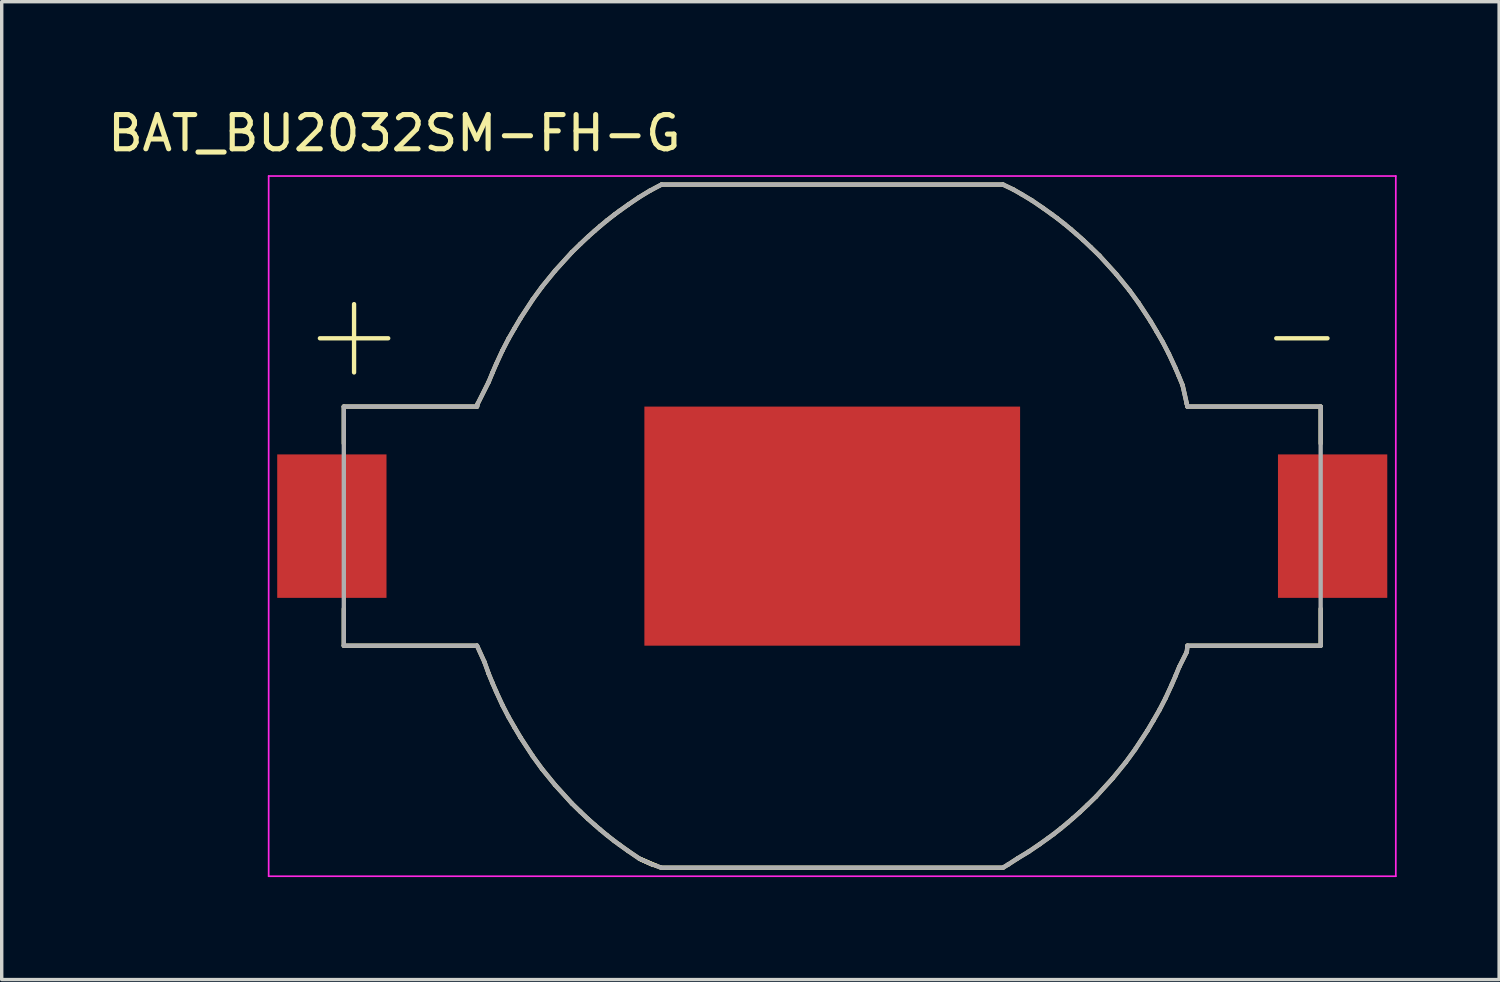
<source format=kicad_pcb>
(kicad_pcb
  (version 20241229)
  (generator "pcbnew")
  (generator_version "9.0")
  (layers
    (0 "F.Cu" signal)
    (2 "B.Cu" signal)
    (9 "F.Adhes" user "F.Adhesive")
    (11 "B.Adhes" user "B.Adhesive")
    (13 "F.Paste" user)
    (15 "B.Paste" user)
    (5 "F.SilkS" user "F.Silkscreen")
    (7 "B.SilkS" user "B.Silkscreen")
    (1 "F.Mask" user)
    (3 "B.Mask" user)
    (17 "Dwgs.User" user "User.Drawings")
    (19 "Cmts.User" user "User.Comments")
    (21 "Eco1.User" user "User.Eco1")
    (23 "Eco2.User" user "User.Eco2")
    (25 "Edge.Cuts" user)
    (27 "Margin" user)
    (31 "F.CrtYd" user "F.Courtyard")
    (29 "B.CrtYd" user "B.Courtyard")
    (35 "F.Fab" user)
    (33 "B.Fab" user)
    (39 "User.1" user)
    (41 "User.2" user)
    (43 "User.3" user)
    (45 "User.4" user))
  (footprint "BAT_BU2032SM-FH-G"
    (layer "F.Cu")
    (at 21.316 12.354)
    (property "Reference" "BAT_BU2032SM-FH-G" (at -12.819 -11.504 0) (layer "F.SilkS") (effects (font (size 1.002 1.002) (thickness 0.15))))
    (attr smd)
    (fp_poly (pts (xy -5.5 -3.5) (xy 5.5 -3.5) (xy 5.5 3.5) (xy -5.5 3.5)) (stroke (width 0.0001) (type solid)) (fill yes) (layer "F.Cu"))
    (fp_poly (pts (xy -5.6 -3.6) (xy 5.6 -3.6) (xy 5.6 3.6) (xy -5.6 3.6)) (stroke (width 0.0001) (type solid)) (fill yes) (layer "F.Mask"))
    (fp_line (start -15 -5.5) (end -13 -5.5) (stroke (width 0.127) (type solid)) (layer "F.SilkS"))
    (fp_line (start -14.3 -3.5) (end -10.4 -3.5) (stroke (width 0.127) (type solid)) (layer "F.SilkS"))
    (fp_line (start -14.3 -2.42) (end -14.3 -3.5) (stroke (width 0.127) (type solid)) (layer "F.SilkS"))
    (fp_line (start -14.3 2.42) (end -14.3 3.5) (stroke (width 0.127) (type solid)) (layer "F.SilkS"))
    (fp_line (start -14.3 3.5) (end -10.4 3.5) (stroke (width 0.127) (type solid)) (layer "F.SilkS"))
    (fp_line (start -14 -6.5) (end -14 -4.5) (stroke (width 0.127) (type solid)) (layer "F.SilkS"))
    (fp_line (start -10.4 -3.5) (end -10.381 -3.581) (stroke (width 0.127) (type solid)) (layer "F.SilkS"))
    (fp_line (start -10.4 3.5) (end -10.181 3.981) (stroke (width 0.127) (type solid)) (layer "F.SilkS"))
    (fp_line (start -10.381 -3.581) (end -10.058 -4.224) (stroke (width 0.127) (type solid)) (layer "F.SilkS"))
    (fp_line (start -10.181 3.981) (end -10.058 4.324) (stroke (width 0.127) (type solid)) (layer "F.SilkS"))
    (fp_line (start -10.058 -4.224) (end -9.95 -4.487) (stroke (width 0.127) (type solid)) (layer "F.SilkS"))
    (fp_line (start -10.058 4.324) (end -9.95 4.587) (stroke (width 0.127) (type solid)) (layer "F.SilkS"))
    (fp_line (start -9.95 -4.487) (end -9.842 -4.738) (stroke (width 0.127) (type solid)) (layer "F.SilkS"))
    (fp_line (start -9.95 4.587) (end -9.842 4.838) (stroke (width 0.127) (type solid)) (layer "F.SilkS"))
    (fp_line (start -9.842 -4.738) (end -9.658 -5.137) (stroke (width 0.127) (type solid)) (layer "F.SilkS"))
    (fp_line (start -9.842 4.838) (end -9.658 5.237) (stroke (width 0.127) (type solid)) (layer "F.SilkS"))
    (fp_line (start -9.658 -5.137) (end -9.48 -5.482) (stroke (width 0.127) (type solid)) (layer "F.SilkS"))
    (fp_line (start -9.658 5.237) (end -9.48 5.582) (stroke (width 0.127) (type solid)) (layer "F.SilkS"))
    (fp_line (start -9.48 -5.482) (end -9.3 -5.794) (stroke (width 0.127) (type solid)) (layer "F.SilkS"))
    (fp_line (start -9.48 5.582) (end -9.3 5.894) (stroke (width 0.127) (type solid)) (layer "F.SilkS"))
    (fp_line (start -9.3 -5.794) (end -9.124 -6.092) (stroke (width 0.127) (type solid)) (layer "F.SilkS"))
    (fp_line (start -9.3 5.894) (end -9.124 6.192) (stroke (width 0.127) (type solid)) (layer "F.SilkS"))
    (fp_line (start -9.124 -6.092) (end -8.768 -6.636) (stroke (width 0.127) (type solid)) (layer "F.SilkS"))
    (fp_line (start -9.124 6.192) (end -8.768 6.736) (stroke (width 0.127) (type solid)) (layer "F.SilkS"))
    (fp_line (start -8.768 -6.636) (end -8.497 -7.009) (stroke (width 0.127) (type solid)) (layer "F.SilkS"))
    (fp_line (start -8.768 6.736) (end -8.497 7.109) (stroke (width 0.127) (type solid)) (layer "F.SilkS"))
    (fp_line (start -8.497 -7.009) (end -8.116 -7.477) (stroke (width 0.127) (type solid)) (layer "F.SilkS"))
    (fp_line (start -8.497 7.109) (end -8.116 7.577) (stroke (width 0.127) (type solid)) (layer "F.SilkS"))
    (fp_line (start -8.116 -7.477) (end -7.622 -8.02) (stroke (width 0.127) (type solid)) (layer "F.SilkS"))
    (fp_line (start -8.116 7.577) (end -7.622 8.12) (stroke (width 0.127) (type solid)) (layer "F.SilkS"))
    (fp_line (start -7.622 -8.02) (end -7.374 -8.261) (stroke (width 0.127) (type solid)) (layer "F.SilkS"))
    (fp_line (start -7.622 8.12) (end -7.374 8.361) (stroke (width 0.127) (type solid)) (layer "F.SilkS"))
    (fp_line (start -7.374 -8.261) (end -7.15 -8.473) (stroke (width 0.127) (type solid)) (layer "F.SilkS"))
    (fp_line (start -7.374 8.361) (end -7.15 8.573) (stroke (width 0.127) (type solid)) (layer "F.SilkS"))
    (fp_line (start -7.15 -8.473) (end -6.954 -8.647) (stroke (width 0.127) (type solid)) (layer "F.SilkS"))
    (fp_line (start -7.15 8.573) (end -6.954 8.747) (stroke (width 0.127) (type solid)) (layer "F.SilkS"))
    (fp_line (start -6.954 -8.647) (end -6.793 -8.786) (stroke (width 0.127) (type solid)) (layer "F.SilkS"))
    (fp_line (start -6.954 8.747) (end -6.793 8.886) (stroke (width 0.127) (type solid)) (layer "F.SilkS"))
    (fp_line (start -6.793 -8.786) (end -6.6 -8.946) (stroke (width 0.127) (type solid)) (layer "F.SilkS"))
    (fp_line (start -6.793 8.886) (end -6.6 9.046) (stroke (width 0.127) (type solid)) (layer "F.SilkS"))
    (fp_line (start -6.6 -8.946) (end -6.379 -9.119) (stroke (width 0.127) (type solid)) (layer "F.SilkS"))
    (fp_line (start -6.6 9.046) (end -6.379 9.219) (stroke (width 0.127) (type solid)) (layer "F.SilkS"))
    (fp_line (start -6.379 -9.119) (end -6.228 -9.23) (stroke (width 0.127) (type solid)) (layer "F.SilkS"))
    (fp_line (start -6.379 9.219) (end -6.228 9.33) (stroke (width 0.127) (type solid)) (layer "F.SilkS"))
    (fp_line (start -6.228 -9.23) (end -5.975 -9.411) (stroke (width 0.127) (type solid)) (layer "F.SilkS"))
    (fp_line (start -6.228 9.33) (end -5.975 9.511) (stroke (width 0.127) (type solid)) (layer "F.SilkS"))
    (fp_line (start -5.975 -9.411) (end -5.649 -9.633) (stroke (width 0.127) (type solid)) (layer "F.SilkS"))
    (fp_line (start -5.975 9.511) (end -5.649 9.733) (stroke (width 0.127) (type solid)) (layer "F.SilkS"))
    (fp_line (start -5.649 -9.633) (end -5.341 -9.819) (stroke (width 0.127) (type solid)) (layer "F.SilkS"))
    (fp_line (start -5.649 9.733) (end -5.241 9.919) (stroke (width 0.127) (type solid)) (layer "F.SilkS"))
    (fp_line (start -5.597 9.758) (end -5.166 9.939) (stroke (width 0.127) (type solid)) (layer "F.SilkS"))
    (fp_line (start -5.341 -9.819) (end -5 -10) (stroke (width 0.127) (type solid)) (layer "F.SilkS"))
    (fp_line (start -5.241 9.919) (end -5.597 9.758) (stroke (width 0.127) (type solid)) (layer "F.SilkS"))
    (fp_line (start -5.166 9.939) (end -5.013 10) (stroke (width 0.127) (type solid)) (layer "F.SilkS"))
    (fp_line (start -5 -10) (end 5 -10) (stroke (width 0.127) (type solid)) (layer "F.SilkS"))
    (fp_line (start -5 10) (end 5 10) (stroke (width 0.127) (type solid)) (layer "F.SilkS"))
    (fp_line (start 5.15 9.908) (end 5.016 9.989) (stroke (width 0.127) (type solid)) (layer "F.SilkS"))
    (fp_line (start 5.297 -9.858) (end 5 -10) (stroke (width 0.127) (type solid)) (layer "F.SilkS"))
    (fp_line (start 5.441 9.719) (end 5.15 9.908) (stroke (width 0.127) (type solid)) (layer "F.SilkS"))
    (fp_line (start 5.541 -9.719) (end 5.297 -9.858) (stroke (width 0.127) (type solid)) (layer "F.SilkS"))
    (fp_line (start 5.749 9.533) (end 5.441 9.719) (stroke (width 0.127) (type solid)) (layer "F.SilkS"))
    (fp_line (start 5.849 -9.533) (end 5.541 -9.719) (stroke (width 0.127) (type solid)) (layer "F.SilkS"))
    (fp_line (start 6.075 9.311) (end 5.749 9.533) (stroke (width 0.127) (type solid)) (layer "F.SilkS"))
    (fp_line (start 6.175 -9.311) (end 5.849 -9.533) (stroke (width 0.127) (type solid)) (layer "F.SilkS"))
    (fp_line (start 6.328 9.13) (end 6.075 9.311) (stroke (width 0.127) (type solid)) (layer "F.SilkS"))
    (fp_line (start 6.428 -9.13) (end 6.175 -9.311) (stroke (width 0.127) (type solid)) (layer "F.SilkS"))
    (fp_line (start 6.479 9.019) (end 6.328 9.13) (stroke (width 0.127) (type solid)) (layer "F.SilkS"))
    (fp_line (start 6.579 -9.019) (end 6.428 -9.13) (stroke (width 0.127) (type solid)) (layer "F.SilkS"))
    (fp_line (start 6.7 8.846) (end 6.479 9.019) (stroke (width 0.127) (type solid)) (layer "F.SilkS"))
    (fp_line (start 6.8 -8.846) (end 6.579 -9.019) (stroke (width 0.127) (type solid)) (layer "F.SilkS"))
    (fp_line (start 6.893 8.686) (end 6.7 8.846) (stroke (width 0.127) (type solid)) (layer "F.SilkS"))
    (fp_line (start 6.993 -8.686) (end 6.8 -8.846) (stroke (width 0.127) (type solid)) (layer "F.SilkS"))
    (fp_line (start 7.054 8.547) (end 6.893 8.686) (stroke (width 0.127) (type solid)) (layer "F.SilkS"))
    (fp_line (start 7.154 -8.547) (end 6.993 -8.686) (stroke (width 0.127) (type solid)) (layer "F.SilkS"))
    (fp_line (start 7.25 8.373) (end 7.054 8.547) (stroke (width 0.127) (type solid)) (layer "F.SilkS"))
    (fp_line (start 7.35 -8.373) (end 7.154 -8.547) (stroke (width 0.127) (type solid)) (layer "F.SilkS"))
    (fp_line (start 7.474 8.161) (end 7.25 8.373) (stroke (width 0.127) (type solid)) (layer "F.SilkS"))
    (fp_line (start 7.574 -8.161) (end 7.35 -8.373) (stroke (width 0.127) (type solid)) (layer "F.SilkS"))
    (fp_line (start 7.722 7.92) (end 7.474 8.161) (stroke (width 0.127) (type solid)) (layer "F.SilkS"))
    (fp_line (start 7.822 -7.92) (end 7.574 -8.161) (stroke (width 0.127) (type solid)) (layer "F.SilkS"))
    (fp_line (start 8.216 7.377) (end 7.722 7.92) (stroke (width 0.127) (type solid)) (layer "F.SilkS"))
    (fp_line (start 8.316 -7.377) (end 7.822 -7.92) (stroke (width 0.127) (type solid)) (layer "F.SilkS"))
    (fp_line (start 8.597 6.909) (end 8.216 7.377) (stroke (width 0.127) (type solid)) (layer "F.SilkS"))
    (fp_line (start 8.697 -6.909) (end 8.316 -7.377) (stroke (width 0.127) (type solid)) (layer "F.SilkS"))
    (fp_line (start 8.868 6.536) (end 8.597 6.909) (stroke (width 0.127) (type solid)) (layer "F.SilkS"))
    (fp_line (start 8.968 -6.536) (end 8.697 -6.909) (stroke (width 0.127) (type solid)) (layer "F.SilkS"))
    (fp_line (start 9.224 5.992) (end 8.868 6.536) (stroke (width 0.127) (type solid)) (layer "F.SilkS"))
    (fp_line (start 9.324 -5.992) (end 8.968 -6.536) (stroke (width 0.127) (type solid)) (layer "F.SilkS"))
    (fp_line (start 9.4 5.694) (end 9.224 5.992) (stroke (width 0.127) (type solid)) (layer "F.SilkS"))
    (fp_line (start 9.5 -5.694) (end 9.324 -5.992) (stroke (width 0.127) (type solid)) (layer "F.SilkS"))
    (fp_line (start 9.58 5.382) (end 9.4 5.694) (stroke (width 0.127) (type solid)) (layer "F.SilkS"))
    (fp_line (start 9.68 -5.382) (end 9.5 -5.694) (stroke (width 0.127) (type solid)) (layer "F.SilkS"))
    (fp_line (start 9.758 5.037) (end 9.58 5.382) (stroke (width 0.127) (type solid)) (layer "F.SilkS"))
    (fp_line (start 9.858 -5.037) (end 9.68 -5.382) (stroke (width 0.127) (type solid)) (layer "F.SilkS"))
    (fp_line (start 9.942 4.638) (end 9.758 5.037) (stroke (width 0.127) (type solid)) (layer "F.SilkS"))
    (fp_line (start 10.042 -4.638) (end 9.858 -5.037) (stroke (width 0.127) (type solid)) (layer "F.SilkS"))
    (fp_line (start 10.05 4.387) (end 9.942 4.638) (stroke (width 0.127) (type solid)) (layer "F.SilkS"))
    (fp_line (start 10.15 -4.387) (end 10.042 -4.638) (stroke (width 0.127) (type solid)) (layer "F.SilkS"))
    (fp_line (start 10.158 4.124) (end 10.05 4.387) (stroke (width 0.127) (type solid)) (layer "F.SilkS"))
    (fp_line (start 10.258 -4.124) (end 10.15 -4.387) (stroke (width 0.127) (type solid)) (layer "F.SilkS"))
    (fp_line (start 10.381 -3.581) (end 10.258 -4.124) (stroke (width 0.127) (type solid)) (layer "F.SilkS"))
    (fp_line (start 10.381 3.681) (end 10.158 4.124) (stroke (width 0.127) (type solid)) (layer "F.SilkS"))
    (fp_line (start 10.4 -3.5) (end 10.381 -3.581) (stroke (width 0.127) (type solid)) (layer "F.SilkS"))
    (fp_line (start 10.4 3.5) (end 10.381 3.681) (stroke (width 0.127) (type solid)) (layer "F.SilkS"))
    (fp_line (start 13 -5.5) (end 14.5 -5.5) (stroke (width 0.127) (type solid)) (layer "F.SilkS"))
    (fp_line (start 14.3 -3.5) (end 10.4 -3.5) (stroke (width 0.127) (type solid)) (layer "F.SilkS"))
    (fp_line (start 14.3 -2.42) (end 14.3 -3.5) (stroke (width 0.127) (type solid)) (layer "F.SilkS"))
    (fp_line (start 14.3 2.42) (end 14.3 3.5) (stroke (width 0.127) (type solid)) (layer "F.SilkS"))
    (fp_line (start 14.3 3.5) (end 10.4 3.5) (stroke (width 0.127) (type solid)) (layer "F.SilkS"))
    (fp_line (start -16.5 -10.25) (end -16.5 10.25) (stroke (width 0.05) (type solid)) (layer "F.CrtYd"))
    (fp_line (start -16.5 10.25) (end 16.5 10.25) (stroke (width 0.05) (type solid)) (layer "F.CrtYd"))
    (fp_line (start 16.5 -10.25) (end -16.5 -10.25) (stroke (width 0.05) (type solid)) (layer "F.CrtYd"))
    (fp_line (start 16.5 10.25) (end 16.5 -10.25) (stroke (width 0.05) (type solid)) (layer "F.CrtYd"))
    (fp_line (start -14.3 -3.5) (end -10.4 -3.5) (stroke (width 0.127) (type solid)) (layer "F.Fab"))
    (fp_line (start -14.3 3.5) (end -14.3 -3.5) (stroke (width 0.127) (type solid)) (layer "F.Fab"))
    (fp_line (start -14.3 3.5) (end -10.4 3.5) (stroke (width 0.127) (type solid)) (layer "F.Fab"))
    (fp_line (start -10.4 -3.5) (end -10.381 -3.581) (stroke (width 0.127) (type solid)) (layer "F.Fab"))
    (fp_line (start -10.4 3.5) (end -10.181 3.981) (stroke (width 0.127) (type solid)) (layer "F.Fab"))
    (fp_line (start -10.381 -3.581) (end -10.058 -4.224) (stroke (width 0.127) (type solid)) (layer "F.Fab"))
    (fp_line (start -10.181 3.981) (end -10.058 4.324) (stroke (width 0.127) (type solid)) (layer "F.Fab"))
    (fp_line (start -10.058 -4.224) (end -9.95 -4.487) (stroke (width 0.127) (type solid)) (layer "F.Fab"))
    (fp_line (start -10.058 4.324) (end -9.95 4.587) (stroke (width 0.127) (type solid)) (layer "F.Fab"))
    (fp_line (start -9.95 -4.487) (end -9.842 -4.738) (stroke (width 0.127) (type solid)) (layer "F.Fab"))
    (fp_line (start -9.95 4.587) (end -9.842 4.838) (stroke (width 0.127) (type solid)) (layer "F.Fab"))
    (fp_line (start -9.842 -4.738) (end -9.658 -5.137) (stroke (width 0.127) (type solid)) (layer "F.Fab"))
    (fp_line (start -9.842 4.838) (end -9.658 5.237) (stroke (width 0.127) (type solid)) (layer "F.Fab"))
    (fp_line (start -9.658 -5.137) (end -9.48 -5.482) (stroke (width 0.127) (type solid)) (layer "F.Fab"))
    (fp_line (start -9.658 5.237) (end -9.48 5.582) (stroke (width 0.127) (type solid)) (layer "F.Fab"))
    (fp_line (start -9.48 -5.482) (end -9.3 -5.794) (stroke (width 0.127) (type solid)) (layer "F.Fab"))
    (fp_line (start -9.48 5.582) (end -9.3 5.894) (stroke (width 0.127) (type solid)) (layer "F.Fab"))
    (fp_line (start -9.3 -5.794) (end -9.124 -6.092) (stroke (width 0.127) (type solid)) (layer "F.Fab"))
    (fp_line (start -9.3 5.894) (end -9.124 6.192) (stroke (width 0.127) (type solid)) (layer "F.Fab"))
    (fp_line (start -9.124 -6.092) (end -8.768 -6.636) (stroke (width 0.127) (type solid)) (layer "F.Fab"))
    (fp_line (start -9.124 6.192) (end -8.768 6.736) (stroke (width 0.127) (type solid)) (layer "F.Fab"))
    (fp_line (start -8.768 -6.636) (end -8.497 -7.009) (stroke (width 0.127) (type solid)) (layer "F.Fab"))
    (fp_line (start -8.768 6.736) (end -8.497 7.109) (stroke (width 0.127) (type solid)) (layer "F.Fab"))
    (fp_line (start -8.497 -7.009) (end -8.116 -7.477) (stroke (width 0.127) (type solid)) (layer "F.Fab"))
    (fp_line (start -8.497 7.109) (end -8.116 7.577) (stroke (width 0.127) (type solid)) (layer "F.Fab"))
    (fp_line (start -8.116 -7.477) (end -7.622 -8.02) (stroke (width 0.127) (type solid)) (layer "F.Fab"))
    (fp_line (start -8.116 7.577) (end -7.622 8.12) (stroke (width 0.127) (type solid)) (layer "F.Fab"))
    (fp_line (start -7.622 -8.02) (end -7.374 -8.261) (stroke (width 0.127) (type solid)) (layer "F.Fab"))
    (fp_line (start -7.622 8.12) (end -7.374 8.361) (stroke (width 0.127) (type solid)) (layer "F.Fab"))
    (fp_line (start -7.374 -8.261) (end -7.15 -8.473) (stroke (width 0.127) (type solid)) (layer "F.Fab"))
    (fp_line (start -7.374 8.361) (end -7.15 8.573) (stroke (width 0.127) (type solid)) (layer "F.Fab"))
    (fp_line (start -7.15 -8.473) (end -6.954 -8.647) (stroke (width 0.127) (type solid)) (layer "F.Fab"))
    (fp_line (start -7.15 8.573) (end -6.954 8.747) (stroke (width 0.127) (type solid)) (layer "F.Fab"))
    (fp_line (start -6.954 -8.647) (end -6.793 -8.786) (stroke (width 0.127) (type solid)) (layer "F.Fab"))
    (fp_line (start -6.954 8.747) (end -6.793 8.886) (stroke (width 0.127) (type solid)) (layer "F.Fab"))
    (fp_line (start -6.793 -8.786) (end -6.6 -8.946) (stroke (width 0.127) (type solid)) (layer "F.Fab"))
    (fp_line (start -6.793 8.886) (end -6.6 9.046) (stroke (width 0.127) (type solid)) (layer "F.Fab"))
    (fp_line (start -6.6 -8.946) (end -6.379 -9.119) (stroke (width 0.127) (type solid)) (layer "F.Fab"))
    (fp_line (start -6.6 9.046) (end -6.379 9.219) (stroke (width 0.127) (type solid)) (layer "F.Fab"))
    (fp_line (start -6.379 -9.119) (end -6.228 -9.23) (stroke (width 0.127) (type solid)) (layer "F.Fab"))
    (fp_line (start -6.379 9.219) (end -6.228 9.33) (stroke (width 0.127) (type solid)) (layer "F.Fab"))
    (fp_line (start -6.228 -9.23) (end -5.975 -9.411) (stroke (width 0.127) (type solid)) (layer "F.Fab"))
    (fp_line (start -6.228 9.33) (end -5.975 9.511) (stroke (width 0.127) (type solid)) (layer "F.Fab"))
    (fp_line (start -5.975 -9.411) (end -5.649 -9.633) (stroke (width 0.127) (type solid)) (layer "F.Fab"))
    (fp_line (start -5.975 9.511) (end -5.649 9.733) (stroke (width 0.127) (type solid)) (layer "F.Fab"))
    (fp_line (start -5.649 -9.633) (end -5.341 -9.819) (stroke (width 0.127) (type solid)) (layer "F.Fab"))
    (fp_line (start -5.649 9.733) (end -5.241 9.919) (stroke (width 0.127) (type solid)) (layer "F.Fab"))
    (fp_line (start -5.341 -9.819) (end -5 -10) (stroke (width 0.127) (type solid)) (layer "F.Fab"))
    (fp_line (start -5.166 9.939) (end -5.013 10) (stroke (width 0.127) (type solid)) (layer "F.Fab"))
    (fp_line (start -5 -10) (end 5 -10) (stroke (width 0.127) (type solid)) (layer "F.Fab"))
    (fp_line (start -5 10) (end 5 10) (stroke (width 0.127) (type solid)) (layer "F.Fab"))
    (fp_line (start 5.147 9.908) (end 5.016 9.989) (stroke (width 0.127) (type solid)) (layer "F.Fab"))
    (fp_line (start 5.297 -9.858) (end 5 -10) (stroke (width 0.127) (type solid)) (layer "F.Fab"))
    (fp_line (start 5.441 9.719) (end 5.147 9.908) (stroke (width 0.127) (type solid)) (layer "F.Fab"))
    (fp_line (start 5.541 -9.719) (end 5.297 -9.858) (stroke (width 0.127) (type solid)) (layer "F.Fab"))
    (fp_line (start 5.749 9.533) (end 5.441 9.719) (stroke (width 0.127) (type solid)) (layer "F.Fab"))
    (fp_line (start 5.849 -9.533) (end 5.541 -9.719) (stroke (width 0.127) (type solid)) (layer "F.Fab"))
    (fp_line (start 6.075 9.311) (end 5.749 9.533) (stroke (width 0.127) (type solid)) (layer "F.Fab"))
    (fp_line (start 6.175 -9.311) (end 5.849 -9.533) (stroke (width 0.127) (type solid)) (layer "F.Fab"))
    (fp_line (start 6.328 9.13) (end 6.075 9.311) (stroke (width 0.127) (type solid)) (layer "F.Fab"))
    (fp_line (start 6.428 -9.13) (end 6.175 -9.311) (stroke (width 0.127) (type solid)) (layer "F.Fab"))
    (fp_line (start 6.479 9.019) (end 6.328 9.13) (stroke (width 0.127) (type solid)) (layer "F.Fab"))
    (fp_line (start 6.579 -9.019) (end 6.428 -9.13) (stroke (width 0.127) (type solid)) (layer "F.Fab"))
    (fp_line (start 6.7 8.846) (end 6.479 9.019) (stroke (width 0.127) (type solid)) (layer "F.Fab"))
    (fp_line (start 6.8 -8.846) (end 6.579 -9.019) (stroke (width 0.127) (type solid)) (layer "F.Fab"))
    (fp_line (start 6.893 8.686) (end 6.7 8.846) (stroke (width 0.127) (type solid)) (layer "F.Fab"))
    (fp_line (start 6.993 -8.686) (end 6.8 -8.846) (stroke (width 0.127) (type solid)) (layer "F.Fab"))
    (fp_line (start 7.054 8.547) (end 6.893 8.686) (stroke (width 0.127) (type solid)) (layer "F.Fab"))
    (fp_line (start 7.154 -8.547) (end 6.993 -8.686) (stroke (width 0.127) (type solid)) (layer "F.Fab"))
    (fp_line (start 7.25 8.373) (end 7.054 8.547) (stroke (width 0.127) (type solid)) (layer "F.Fab"))
    (fp_line (start 7.35 -8.373) (end 7.154 -8.547) (stroke (width 0.127) (type solid)) (layer "F.Fab"))
    (fp_line (start 7.474 8.161) (end 7.25 8.373) (stroke (width 0.127) (type solid)) (layer "F.Fab"))
    (fp_line (start 7.574 -8.161) (end 7.35 -8.373) (stroke (width 0.127) (type solid)) (layer "F.Fab"))
    (fp_line (start 7.722 7.92) (end 7.474 8.161) (stroke (width 0.127) (type solid)) (layer "F.Fab"))
    (fp_line (start 7.822 -7.92) (end 7.574 -8.161) (stroke (width 0.127) (type solid)) (layer "F.Fab"))
    (fp_line (start 8.216 7.377) (end 7.722 7.92) (stroke (width 0.127) (type solid)) (layer "F.Fab"))
    (fp_line (start 8.316 -7.377) (end 7.822 -7.92) (stroke (width 0.127) (type solid)) (layer "F.Fab"))
    (fp_line (start 8.597 6.909) (end 8.216 7.377) (stroke (width 0.127) (type solid)) (layer "F.Fab"))
    (fp_line (start 8.697 -6.909) (end 8.316 -7.377) (stroke (width 0.127) (type solid)) (layer "F.Fab"))
    (fp_line (start 8.868 6.536) (end 8.597 6.909) (stroke (width 0.127) (type solid)) (layer "F.Fab"))
    (fp_line (start 8.968 -6.536) (end 8.697 -6.909) (stroke (width 0.127) (type solid)) (layer "F.Fab"))
    (fp_line (start 9.224 5.992) (end 8.868 6.536) (stroke (width 0.127) (type solid)) (layer "F.Fab"))
    (fp_line (start 9.324 -5.992) (end 8.968 -6.536) (stroke (width 0.127) (type solid)) (layer "F.Fab"))
    (fp_line (start 9.4 5.694) (end 9.224 5.992) (stroke (width 0.127) (type solid)) (layer "F.Fab"))
    (fp_line (start 9.5 -5.694) (end 9.324 -5.992) (stroke (width 0.127) (type solid)) (layer "F.Fab"))
    (fp_line (start 9.58 5.382) (end 9.4 5.694) (stroke (width 0.127) (type solid)) (layer "F.Fab"))
    (fp_line (start 9.68 -5.382) (end 9.5 -5.694) (stroke (width 0.127) (type solid)) (layer "F.Fab"))
    (fp_line (start 9.758 5.037) (end 9.58 5.382) (stroke (width 0.127) (type solid)) (layer "F.Fab"))
    (fp_line (start 9.858 -5.037) (end 9.68 -5.382) (stroke (width 0.127) (type solid)) (layer "F.Fab"))
    (fp_line (start 9.942 4.638) (end 9.758 5.037) (stroke (width 0.127) (type solid)) (layer "F.Fab"))
    (fp_line (start 10.042 -4.638) (end 9.858 -5.037) (stroke (width 0.127) (type solid)) (layer "F.Fab"))
    (fp_line (start 10.05 4.387) (end 9.942 4.638) (stroke (width 0.127) (type solid)) (layer "F.Fab"))
    (fp_line (start 10.15 -4.387) (end 10.042 -4.638) (stroke (width 0.127) (type solid)) (layer "F.Fab"))
    (fp_line (start 10.158 4.124) (end 10.05 4.387) (stroke (width 0.127) (type solid)) (layer "F.Fab"))
    (fp_line (start 10.258 -4.124) (end 10.15 -4.387) (stroke (width 0.127) (type solid)) (layer "F.Fab"))
    (fp_line (start 10.381 -3.581) (end 10.258 -4.124) (stroke (width 0.127) (type solid)) (layer "F.Fab"))
    (fp_line (start 10.381 3.681) (end 10.158 4.124) (stroke (width 0.127) (type solid)) (layer "F.Fab"))
    (fp_line (start 10.4 -3.5) (end 10.381 -3.581) (stroke (width 0.127) (type solid)) (layer "F.Fab"))
    (fp_line (start 10.4 3.5) (end 10.381 3.681) (stroke (width 0.127) (type solid)) (layer "F.Fab"))
    (fp_line (start 14.3 -3.5) (end 10.4 -3.5) (stroke (width 0.127) (type solid)) (layer "F.Fab"))
    (fp_line (start 14.3 3.5) (end 10.4 3.5) (stroke (width 0.127) (type solid)) (layer "F.Fab"))
    (fp_line (start 14.3 3.5) (end 14.3 -3.5) (stroke (width 0.127) (type solid)) (layer "F.Fab"))
    (pad "+" smd rect (at -14.65 0) (size 3.2 4.2) (layers "F.Cu" "F.Mask" "F.Paste"))
    (pad "-" smd rect (at 14.65 0) (size 3.2 4.2) (layers "F.Cu" "F.Mask" "F.Paste")))
  (gr_rect
    (start -3 -3)
    (end 40.841 25.629)
    (stroke (width 0.1) (type default))
    (fill no)
    (layer "Edge.Cuts")))
</source>
